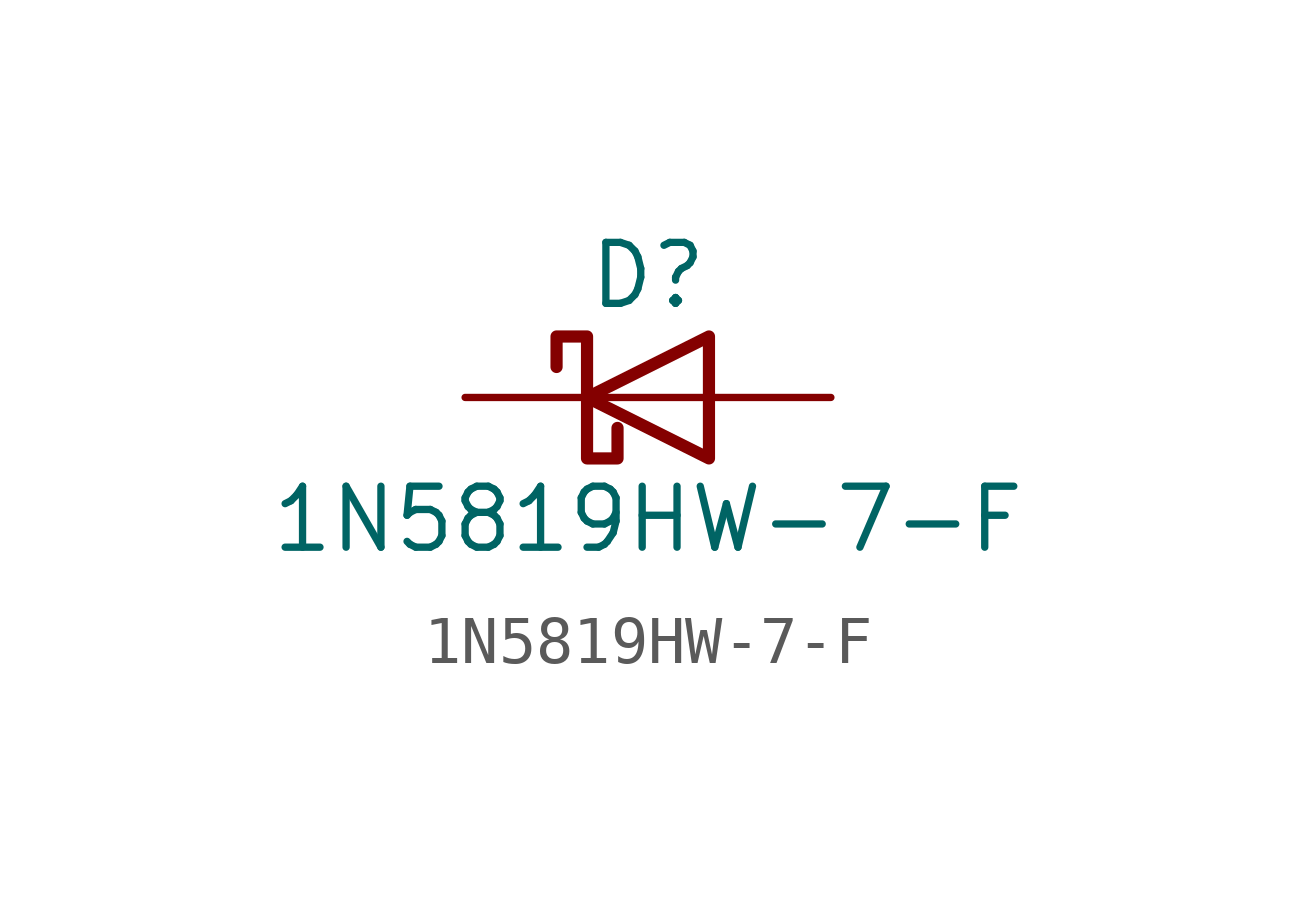
<source format=kicad_sym>
(kicad_symbol_lib
  (version 20231120)
  (generator "kicad_symbol_editor")
  (generator_version "8.0")
  (symbol "1N5819HW-7-F"
    (pin_numbers hide)
    (pin_names
      (offset 1.016) hide)
    (property "Reference" "D"
      (at 0 2.54 0)
      (effects (font (size 1.27 1.27))))
    (property "Value" "1N5819HW-7-F"
      (at 0 -2.54 0)
      (effects (font (size 1.27 1.27))))
    (symbol "1N5819HW-7-F_0_1"
      (polyline (pts (xy 1.27 0) (xy -1.27 0)) (stroke (width 0) (type default)) (fill (type none)))
      (polyline (pts (xy 1.27 1.27) (xy 1.27 -1.27) (xy -1.27 0) (xy 1.27 1.27)) (stroke (width 0.254) (type default)) (fill (type none)))
      (polyline (pts (xy -1.905 0.635) (xy -1.905 1.27) (xy -1.27 1.27) (xy -1.27 -1.27) (xy -0.635 -1.27) (xy -0.635 -0.635)) (stroke (width 0.254) (type default)) (fill (type none))))
    (symbol "1N5819HW-7-F_1_1"
      (pin passive line (at -3.81 0 0) (length 2.54) (name "K" (effects (font (size 1.27 1.27)))) (number "1" (effects (font (size 1.27 1.27)))))
      (pin passive line (at 3.81 0 180) (length 2.54) (name "A" (effects (font (size 1.27 1.27)))) (number "2" (effects (font (size 1.27 1.27))))))))
</source>
